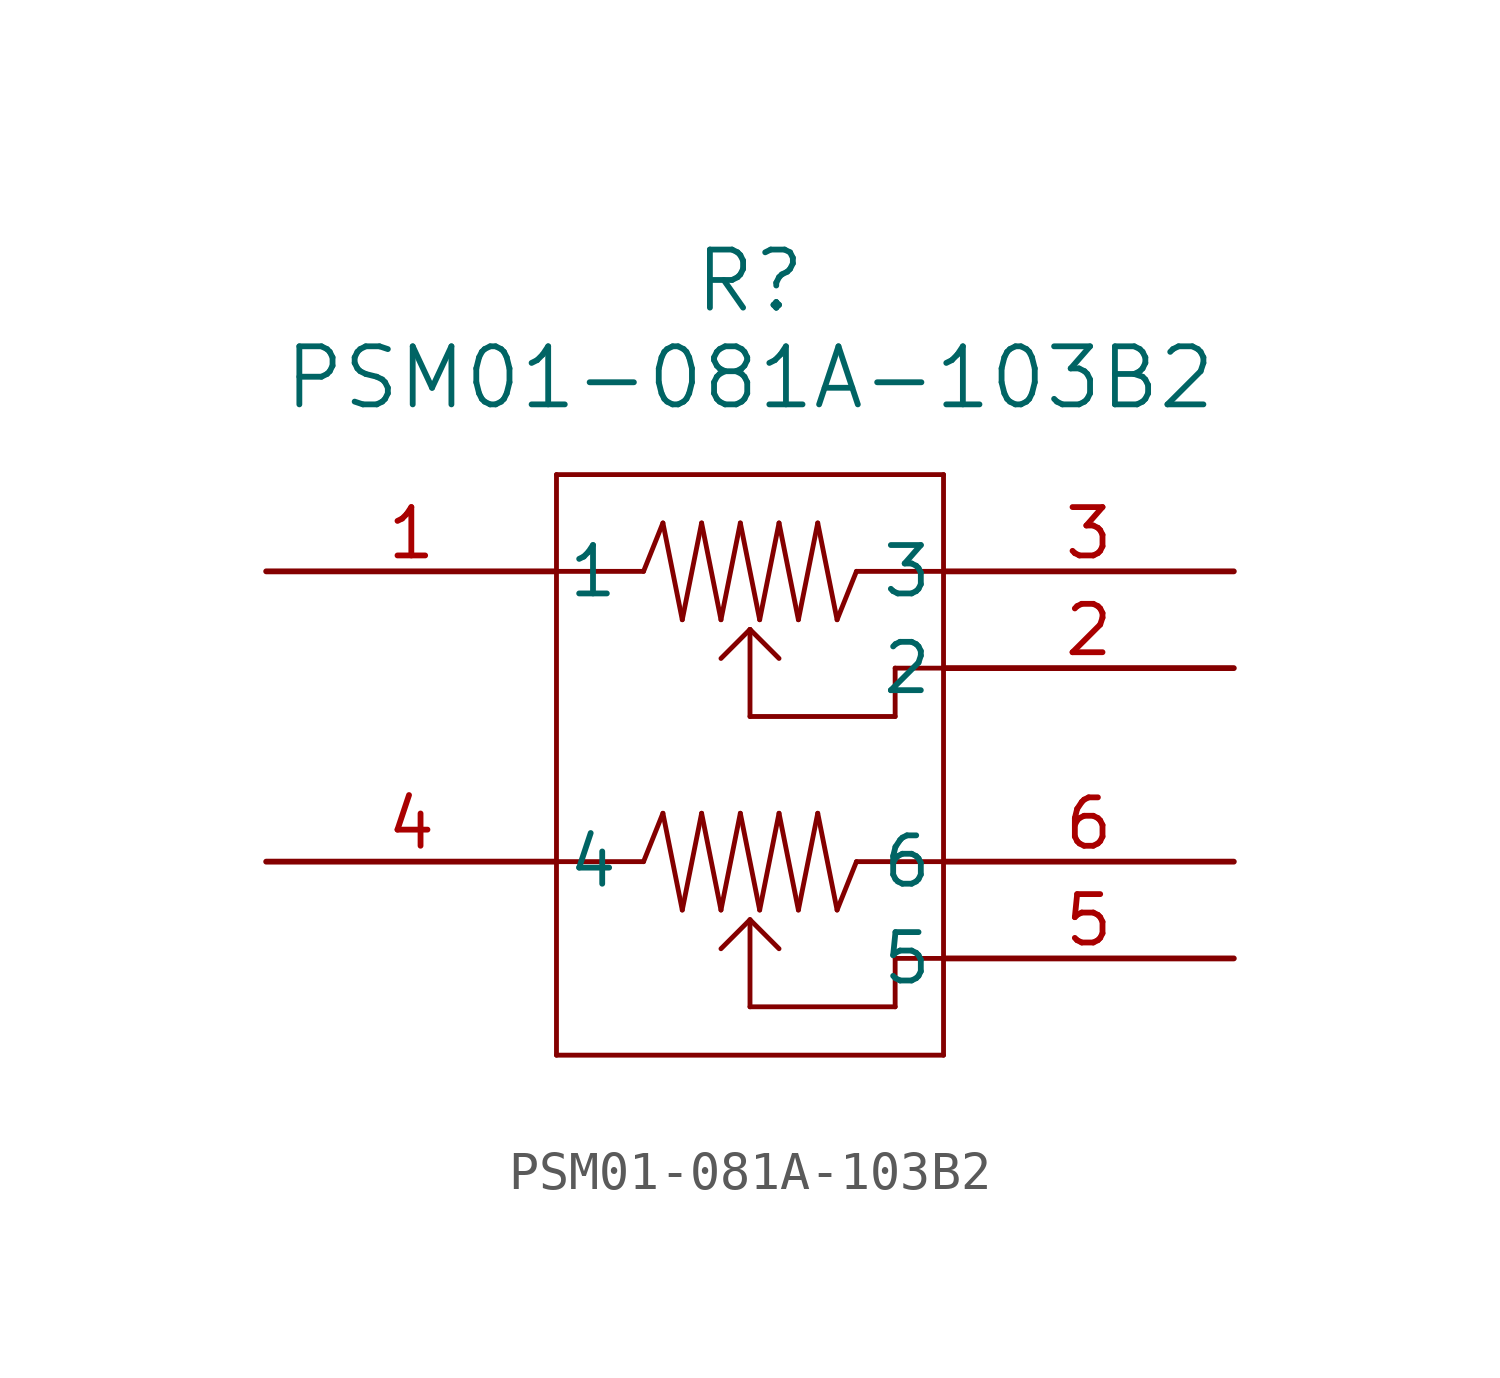
<source format=kicad_sym>
(kicad_symbol_lib
  (version 20211014)
  (generator kicad_symbol_editor)
  (symbol "PSM01-081A-103B2"
    (pin_names
      (offset 0.254))
    (property "Reference" "R"
      (at 12.7 7.62 0)
      (effects (font (size 1.524 1.524))))
    (property "Value" "PSM01-081A-103B2"
      (at 12.7 5.08 0)
      (effects (font (size 1.524 1.524))))
    (symbol "PSM01-081A-103B2_0_1"
      (polyline (pts (xy 7.62 2.54) (xy 7.62 -12.7)) (stroke (width 0.127) (type default) (color 0 0 0 0)) (fill (type none)))
      (polyline (pts (xy 17.78 -12.7) (xy 17.78 2.54)) (stroke (width 0.127) (type default) (color 0 0 0 0)) (fill (type none)))
      (polyline (pts (xy 17.78 2.54) (xy 7.62 2.54)) (stroke (width 0.127) (type default) (color 0 0 0 0)) (fill (type none)))
      (polyline (pts (xy 7.62 0) (xy 9.906 0)) (stroke (width 0.127) (type default) (color 0 0 0 0)) (fill (type none)))
      (polyline (pts (xy 15.494 0) (xy 17.78 0)) (stroke (width 0.127) (type default) (color 0 0 0 0)) (fill (type none)))
      (polyline (pts (xy 9.906 0) (xy 10.414 1.27)) (stroke (width 0.127) (type default) (color 0 0 0 0)) (fill (type none)))
      (polyline (pts (xy 10.414 1.27) (xy 10.922 -1.27)) (stroke (width 0.127) (type default) (color 0 0 0 0)) (fill (type none)))
      (polyline (pts (xy 10.922 -1.27) (xy 11.43 1.27)) (stroke (width 0.127) (type default) (color 0 0 0 0)) (fill (type none)))
      (polyline (pts (xy 11.43 1.27) (xy 11.938 -1.27)) (stroke (width 0.127) (type default) (color 0 0 0 0)) (fill (type none)))
      (polyline (pts (xy 11.938 -1.27) (xy 12.446 1.27)) (stroke (width 0.127) (type default) (color 0 0 0 0)) (fill (type none)))
      (polyline (pts (xy 12.446 1.27) (xy 12.954 -1.27)) (stroke (width 0.127) (type default) (color 0 0 0 0)) (fill (type none)))
      (polyline (pts (xy 12.954 -1.27) (xy 13.462 1.27)) (stroke (width 0.127) (type default) (color 0 0 0 0)) (fill (type none)))
      (polyline (pts (xy 13.462 1.27) (xy 13.97 -1.27)) (stroke (width 0.127) (type default) (color 0 0 0 0)) (fill (type none)))
      (polyline (pts (xy 13.97 -1.27) (xy 14.478 1.27)) (stroke (width 0.127) (type default) (color 0 0 0 0)) (fill (type none)))
      (polyline (pts (xy 14.478 1.27) (xy 14.986 -1.27)) (stroke (width 0.127) (type default) (color 0 0 0 0)) (fill (type none)))
      (polyline (pts (xy 14.986 -1.27) (xy 15.494 0)) (stroke (width 0.127) (type default) (color 0 0 0 0)) (fill (type none)))
      (polyline (pts (xy 12.7 -1.524) (xy 12.7 -3.81)) (stroke (width 0.127) (type default) (color 0 0 0 0)) (fill (type none)))
      (polyline (pts (xy 12.7 -3.81) (xy 16.51 -3.81)) (stroke (width 0.127) (type default) (color 0 0 0 0)) (fill (type none)))
      (polyline (pts (xy 16.51 -2.54) (xy 16.51 -3.81)) (stroke (width 0.127) (type default) (color 0 0 0 0)) (fill (type none)))
      (polyline (pts (xy 16.51 -2.54) (xy 17.78 -2.54)) (stroke (width 0.127) (type default) (color 0 0 0 0)) (fill (type none)))
      (polyline (pts (xy 12.7 -1.524) (xy 11.938 -2.286)) (stroke (width 0.127) (type default) (color 0 0 0 0)) (fill (type none)))
      (polyline (pts (xy 12.7 -1.524) (xy 13.462 -2.286)) (stroke (width 0.127) (type default) (color 0 0 0 0)) (fill (type none)))
      (polyline (pts (xy 7.62 -7.62) (xy 9.906 -7.62)) (stroke (width 0.127) (type default) (color 0 0 0 0)) (fill (type none)))
      (polyline (pts (xy 15.494 -7.62) (xy 17.78 -7.62)) (stroke (width 0.127) (type default) (color 0 0 0 0)) (fill (type none)))
      (polyline (pts (xy 9.906 -7.62) (xy 10.414 -6.35)) (stroke (width 0.127) (type default) (color 0 0 0 0)) (fill (type none)))
      (polyline (pts (xy 10.414 -6.35) (xy 10.922 -8.89)) (stroke (width 0.127) (type default) (color 0 0 0 0)) (fill (type none)))
      (polyline (pts (xy 10.922 -8.89) (xy 11.43 -6.35)) (stroke (width 0.127) (type default) (color 0 0 0 0)) (fill (type none)))
      (polyline (pts (xy 11.43 -6.35) (xy 11.938 -8.89)) (stroke (width 0.127) (type default) (color 0 0 0 0)) (fill (type none)))
      (polyline (pts (xy 11.938 -8.89) (xy 12.446 -6.35)) (stroke (width 0.127) (type default) (color 0 0 0 0)) (fill (type none)))
      (polyline (pts (xy 12.446 -6.35) (xy 12.954 -8.89)) (stroke (width 0.127) (type default) (color 0 0 0 0)) (fill (type none)))
      (polyline (pts (xy 12.954 -8.89) (xy 13.462 -6.35)) (stroke (width 0.127) (type default) (color 0 0 0 0)) (fill (type none)))
      (polyline (pts (xy 13.462 -6.35) (xy 13.97 -8.89)) (stroke (width 0.127) (type default) (color 0 0 0 0)) (fill (type none)))
      (polyline (pts (xy 13.97 -8.89) (xy 14.478 -6.35)) (stroke (width 0.127) (type default) (color 0 0 0 0)) (fill (type none)))
      (polyline (pts (xy 14.478 -6.35) (xy 14.986 -8.89)) (stroke (width 0.127) (type default) (color 0 0 0 0)) (fill (type none)))
      (polyline (pts (xy 14.986 -8.89) (xy 15.494 -7.62)) (stroke (width 0.127) (type default) (color 0 0 0 0)) (fill (type none)))
      (polyline (pts (xy 12.7 -9.144) (xy 12.7 -11.43)) (stroke (width 0.127) (type default) (color 0 0 0 0)) (fill (type none)))
      (polyline (pts (xy 12.7 -11.43) (xy 16.51 -11.43)) (stroke (width 0.127) (type default) (color 0 0 0 0)) (fill (type none)))
      (polyline (pts (xy 16.51 -10.16) (xy 16.51 -11.43)) (stroke (width 0.127) (type default) (color 0 0 0 0)) (fill (type none)))
      (polyline (pts (xy 16.51 -10.16) (xy 17.78 -10.16)) (stroke (width 0.127) (type default) (color 0 0 0 0)) (fill (type none)))
      (polyline (pts (xy 12.7 -9.144) (xy 11.938 -9.906)) (stroke (width 0.127) (type default) (color 0 0 0 0)) (fill (type none)))
      (polyline (pts (xy 12.7 -9.144) (xy 13.462 -9.906)) (stroke (width 0.127) (type default) (color 0 0 0 0)) (fill (type none)))
      (polyline (pts (xy 7.62 -12.7) (xy 17.78 -12.7)) (stroke (width 0.127) (type default) (color 0 0 0 0)) (fill (type none)))
      (pin unspecified line (at 0 0 0) (length 7.62) (name "1" (effects (font (size 1.27 1.27)))) (number "1" (effects (font (size 1.27 1.27)))))
      (pin unspecified line (at 25.4 -2.54 180) (length 7.62) (name "2" (effects (font (size 1.27 1.27)))) (number "2" (effects (font (size 1.27 1.27)))))
      (pin unspecified line (at 25.4 0 180) (length 7.62) (name "3" (effects (font (size 1.27 1.27)))) (number "3" (effects (font (size 1.27 1.27)))))
      (pin unspecified line (at 0 -7.62 0) (length 7.62) (name "4" (effects (font (size 1.27 1.27)))) (number "4" (effects (font (size 1.27 1.27)))))
      (pin unspecified line (at 25.4 -10.16 180) (length 7.62) (name "5" (effects (font (size 1.27 1.27)))) (number "5" (effects (font (size 1.27 1.27)))))
      (pin unspecified line (at 25.4 -7.62 180) (length 7.62) (name "6" (effects (font (size 1.27 1.27)))) (number "6" (effects (font (size 1.27 1.27))))))))
</source>
